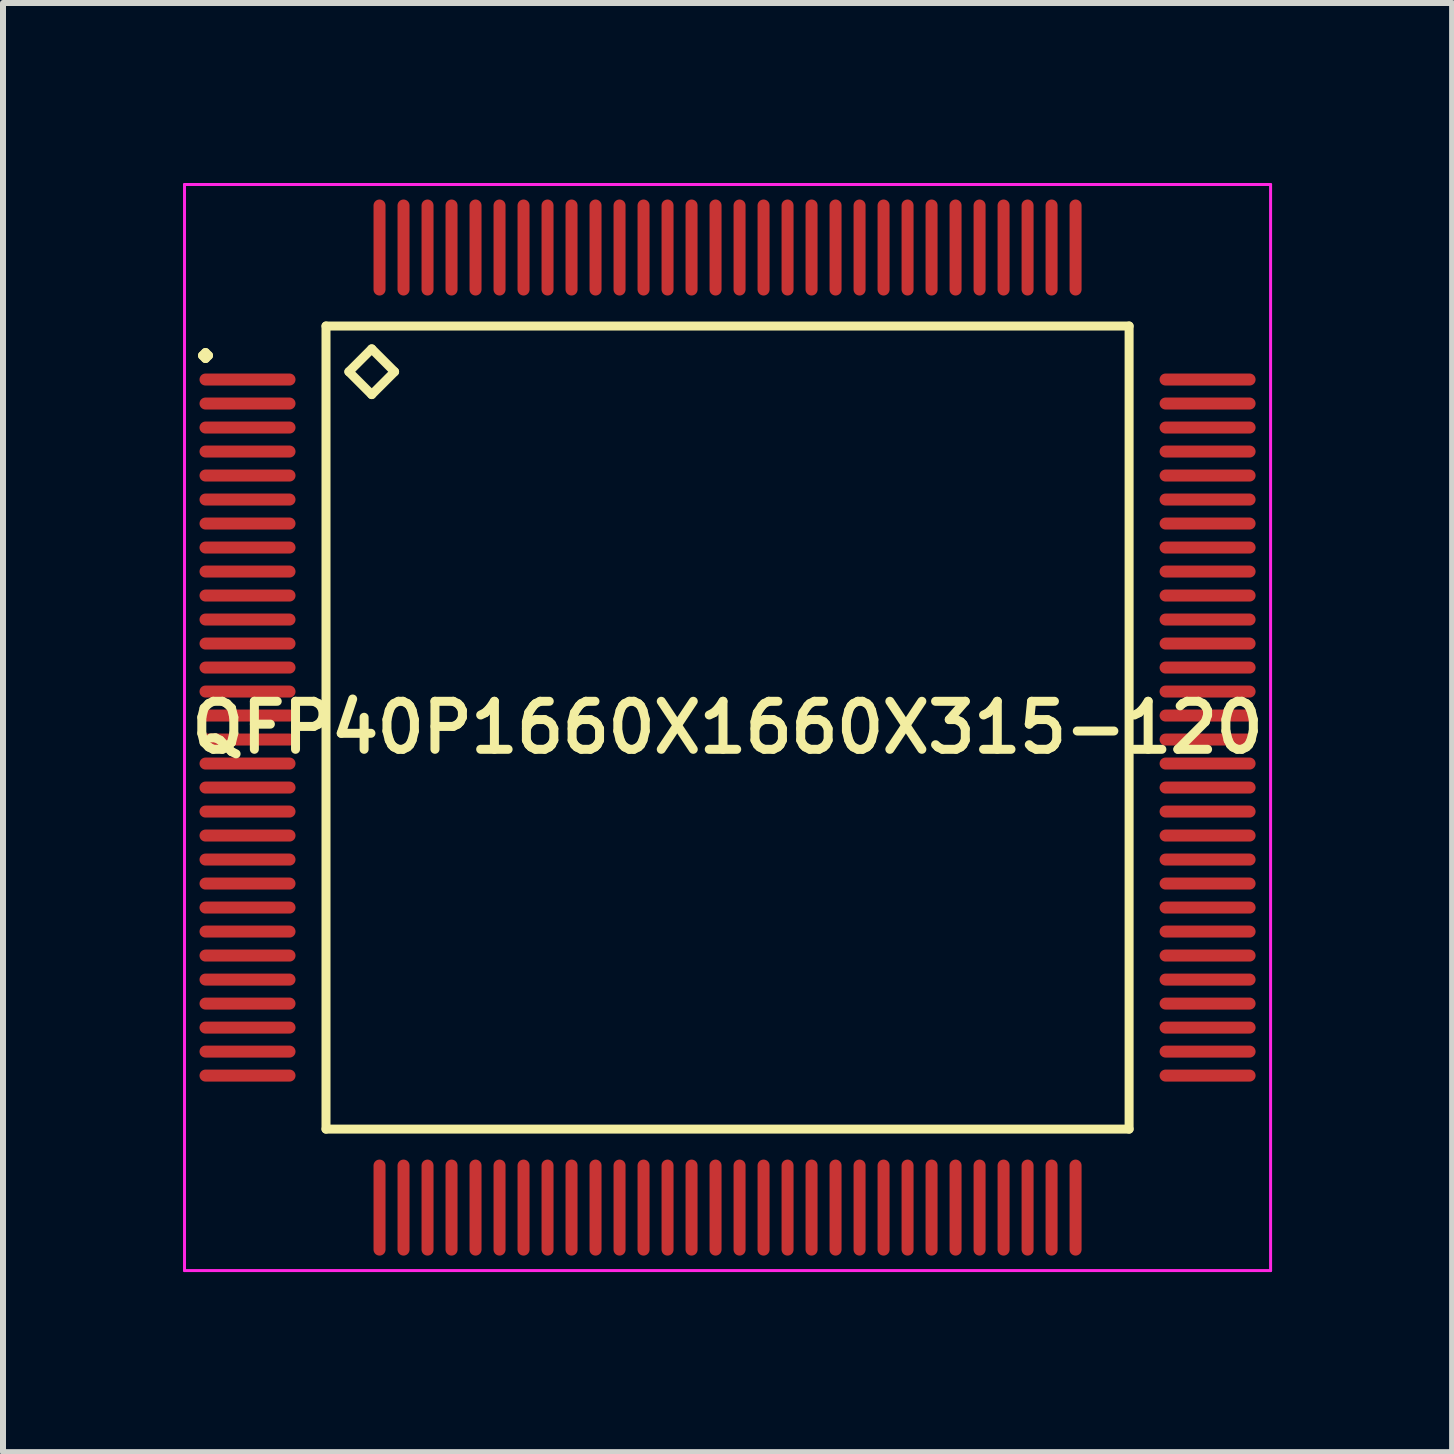
<source format=kicad_pcb>
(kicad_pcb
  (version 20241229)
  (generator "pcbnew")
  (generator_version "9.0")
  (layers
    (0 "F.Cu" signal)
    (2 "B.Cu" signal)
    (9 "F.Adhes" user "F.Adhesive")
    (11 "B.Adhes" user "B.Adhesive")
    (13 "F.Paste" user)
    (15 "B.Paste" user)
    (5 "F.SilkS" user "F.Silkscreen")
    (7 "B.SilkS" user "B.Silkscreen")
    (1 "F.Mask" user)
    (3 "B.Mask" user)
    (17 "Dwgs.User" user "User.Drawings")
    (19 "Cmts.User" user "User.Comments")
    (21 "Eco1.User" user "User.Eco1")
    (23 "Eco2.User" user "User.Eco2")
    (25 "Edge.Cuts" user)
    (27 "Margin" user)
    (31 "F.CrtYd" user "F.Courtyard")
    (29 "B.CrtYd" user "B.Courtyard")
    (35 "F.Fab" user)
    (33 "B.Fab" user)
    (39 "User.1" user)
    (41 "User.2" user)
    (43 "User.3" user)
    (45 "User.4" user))
  (footprint "QFP40P1660X1660X315-120"
    (layer "F.Cu")
    (at 9.075 9.075)
    (property "Reference" "QFP40P1660X1660X315-120" (at 0 0 0) (layer "F.SilkS") (effects (font (size 0.8 0.8) (thickness 0.15))))
    (attr smd)
    (fp_line (start -8.75 -6.2) (end -8.7 -6.25) (stroke (width 0.15) (type solid)) (layer "F.SilkS"))
    (fp_line (start -8.7 -6.25) (end -8.65 -6.2) (stroke (width 0.15) (type solid)) (layer "F.SilkS"))
    (fp_line (start -8.7 -6.15) (end -8.75 -6.2) (stroke (width 0.15) (type solid)) (layer "F.SilkS"))
    (fp_line (start -8.65 -6.2) (end -8.7 -6.15) (stroke (width 0.15) (type solid)) (layer "F.SilkS"))
    (fp_line (start -6.692 -6.692) (end -6.692 6.692) (stroke (width 0.15) (type solid)) (layer "F.SilkS"))
    (fp_line (start -6.692 6.692) (end 6.692 6.692) (stroke (width 0.15) (type solid)) (layer "F.SilkS"))
    (fp_line (start -6.311 -5.93) (end -5.93 -6.311) (stroke (width 0.15) (type solid)) (layer "F.SilkS"))
    (fp_line (start -5.93 -6.311) (end -5.549 -5.93) (stroke (width 0.15) (type solid)) (layer "F.SilkS"))
    (fp_line (start -5.93 -5.549) (end -6.311 -5.93) (stroke (width 0.15) (type solid)) (layer "F.SilkS"))
    (fp_line (start -5.549 -5.93) (end -5.93 -5.549) (stroke (width 0.15) (type solid)) (layer "F.SilkS"))
    (fp_line (start 6.692 -6.692) (end -6.692 -6.692) (stroke (width 0.15) (type solid)) (layer "F.SilkS"))
    (fp_line (start 6.692 6.692) (end 6.692 -6.692) (stroke (width 0.15) (type solid)) (layer "F.SilkS"))
    (fp_line (start -9.05 -9.05) (end 9.05 -9.05) (stroke (width 0.05) (type solid)) (layer "F.CrtYd"))
    (fp_line (start -9.05 9.05) (end -9.05 -9.05) (stroke (width 0.05) (type solid)) (layer "F.CrtYd"))
    (fp_line (start 9.05 -9.05) (end 9.05 9.05) (stroke (width 0.05) (type solid)) (layer "F.CrtYd"))
    (fp_line (start 9.05 9.05) (end -9.05 9.05) (stroke (width 0.05) (type solid)) (layer "F.CrtYd"))
    (pad "1" smd oval (at -8 -5.8) (size 1.6 0.2) (layers "F.Cu" "F.Mask" "F.Paste"))
    (pad "2" smd oval (at -8 -5.4) (size 1.6 0.2) (layers "F.Cu" "F.Mask" "F.Paste"))
    (pad "3" smd oval (at -8 -5) (size 1.6 0.2) (layers "F.Cu" "F.Mask" "F.Paste"))
    (pad "4" smd oval (at -8 -4.6) (size 1.6 0.2) (layers "F.Cu" "F.Mask" "F.Paste"))
    (pad "5" smd oval (at -8 -4.2) (size 1.6 0.2) (layers "F.Cu" "F.Mask" "F.Paste"))
    (pad "6" smd oval (at -8 -3.8) (size 1.6 0.2) (layers "F.Cu" "F.Mask" "F.Paste"))
    (pad "7" smd oval (at -8 -3.4) (size 1.6 0.2) (layers "F.Cu" "F.Mask" "F.Paste"))
    (pad "8" smd oval (at -8 -3) (size 1.6 0.2) (layers "F.Cu" "F.Mask" "F.Paste"))
    (pad "9" smd oval (at -8 -2.6) (size 1.6 0.2) (layers "F.Cu" "F.Mask" "F.Paste"))
    (pad "10" smd oval (at -8 -2.2) (size 1.6 0.2) (layers "F.Cu" "F.Mask" "F.Paste"))
    (pad "11" smd oval (at -8 -1.8) (size 1.6 0.2) (layers "F.Cu" "F.Mask" "F.Paste"))
    (pad "12" smd oval (at -8 -1.4) (size 1.6 0.2) (layers "F.Cu" "F.Mask" "F.Paste"))
    (pad "13" smd oval (at -8 -1) (size 1.6 0.2) (layers "F.Cu" "F.Mask" "F.Paste"))
    (pad "14" smd oval (at -8 -0.6) (size 1.6 0.2) (layers "F.Cu" "F.Mask" "F.Paste"))
    (pad "15" smd oval (at -8 -0.2) (size 1.6 0.2) (layers "F.Cu" "F.Mask" "F.Paste"))
    (pad "16" smd oval (at -8 0.2) (size 1.6 0.2) (layers "F.Cu" "F.Mask" "F.Paste"))
    (pad "17" smd oval (at -8 0.6) (size 1.6 0.2) (layers "F.Cu" "F.Mask" "F.Paste"))
    (pad "18" smd oval (at -8 1) (size 1.6 0.2) (layers "F.Cu" "F.Mask" "F.Paste"))
    (pad "19" smd oval (at -8 1.4) (size 1.6 0.2) (layers "F.Cu" "F.Mask" "F.Paste"))
    (pad "20" smd oval (at -8 1.8) (size 1.6 0.2) (layers "F.Cu" "F.Mask" "F.Paste"))
    (pad "21" smd oval (at -8 2.2) (size 1.6 0.2) (layers "F.Cu" "F.Mask" "F.Paste"))
    (pad "22" smd oval (at -8 2.6) (size 1.6 0.2) (layers "F.Cu" "F.Mask" "F.Paste"))
    (pad "23" smd oval (at -8 3) (size 1.6 0.2) (layers "F.Cu" "F.Mask" "F.Paste"))
    (pad "24" smd oval (at -8 3.4) (size 1.6 0.2) (layers "F.Cu" "F.Mask" "F.Paste"))
    (pad "25" smd oval (at -8 3.8) (size 1.6 0.2) (layers "F.Cu" "F.Mask" "F.Paste"))
    (pad "26" smd oval (at -8 4.2) (size 1.6 0.2) (layers "F.Cu" "F.Mask" "F.Paste"))
    (pad "27" smd oval (at -8 4.6) (size 1.6 0.2) (layers "F.Cu" "F.Mask" "F.Paste"))
    (pad "28" smd oval (at -8 5) (size 1.6 0.2) (layers "F.Cu" "F.Mask" "F.Paste"))
    (pad "29" smd oval (at -8 5.4) (size 1.6 0.2) (layers "F.Cu" "F.Mask" "F.Paste"))
    (pad "30" smd oval (at -8 5.8) (size 1.6 0.2) (layers "F.Cu" "F.Mask" "F.Paste"))
    (pad "31" smd oval (at -5.8 8) (size 0.2 1.6) (layers "F.Cu" "F.Mask" "F.Paste"))
    (pad "32" smd oval (at -5.4 8) (size 0.2 1.6) (layers "F.Cu" "F.Mask" "F.Paste"))
    (pad "33" smd oval (at -5 8) (size 0.2 1.6) (layers "F.Cu" "F.Mask" "F.Paste"))
    (pad "34" smd oval (at -4.6 8) (size 0.2 1.6) (layers "F.Cu" "F.Mask" "F.Paste"))
    (pad "35" smd oval (at -4.2 8) (size 0.2 1.6) (layers "F.Cu" "F.Mask" "F.Paste"))
    (pad "36" smd oval (at -3.8 8) (size 0.2 1.6) (layers "F.Cu" "F.Mask" "F.Paste"))
    (pad "37" smd oval (at -3.4 8) (size 0.2 1.6) (layers "F.Cu" "F.Mask" "F.Paste"))
    (pad "38" smd oval (at -3 8) (size 0.2 1.6) (layers "F.Cu" "F.Mask" "F.Paste"))
    (pad "39" smd oval (at -2.6 8) (size 0.2 1.6) (layers "F.Cu" "F.Mask" "F.Paste"))
    (pad "40" smd oval (at -2.2 8) (size 0.2 1.6) (layers "F.Cu" "F.Mask" "F.Paste"))
    (pad "41" smd oval (at -1.8 8) (size 0.2 1.6) (layers "F.Cu" "F.Mask" "F.Paste"))
    (pad "42" smd oval (at -1.4 8) (size 0.2 1.6) (layers "F.Cu" "F.Mask" "F.Paste"))
    (pad "43" smd oval (at -1 8) (size 0.2 1.6) (layers "F.Cu" "F.Mask" "F.Paste"))
    (pad "44" smd oval (at -0.6 8) (size 0.2 1.6) (layers "F.Cu" "F.Mask" "F.Paste"))
    (pad "45" smd oval (at -0.2 8) (size 0.2 1.6) (layers "F.Cu" "F.Mask" "F.Paste"))
    (pad "46" smd oval (at 0.2 8) (size 0.2 1.6) (layers "F.Cu" "F.Mask" "F.Paste"))
    (pad "47" smd oval (at 0.6 8) (size 0.2 1.6) (layers "F.Cu" "F.Mask" "F.Paste"))
    (pad "48" smd oval (at 1 8) (size 0.2 1.6) (layers "F.Cu" "F.Mask" "F.Paste"))
    (pad "49" smd oval (at 1.4 8) (size 0.2 1.6) (layers "F.Cu" "F.Mask" "F.Paste"))
    (pad "50" smd oval (at 1.8 8) (size 0.2 1.6) (layers "F.Cu" "F.Mask" "F.Paste"))
    (pad "51" smd oval (at 2.2 8) (size 0.2 1.6) (layers "F.Cu" "F.Mask" "F.Paste"))
    (pad "52" smd oval (at 2.6 8) (size 0.2 1.6) (layers "F.Cu" "F.Mask" "F.Paste"))
    (pad "53" smd oval (at 3 8) (size 0.2 1.6) (layers "F.Cu" "F.Mask" "F.Paste"))
    (pad "54" smd oval (at 3.4 8) (size 0.2 1.6) (layers "F.Cu" "F.Mask" "F.Paste"))
    (pad "55" smd oval (at 3.8 8) (size 0.2 1.6) (layers "F.Cu" "F.Mask" "F.Paste"))
    (pad "56" smd oval (at 4.2 8) (size 0.2 1.6) (layers "F.Cu" "F.Mask" "F.Paste"))
    (pad "57" smd oval (at 4.6 8) (size 0.2 1.6) (layers "F.Cu" "F.Mask" "F.Paste"))
    (pad "58" smd oval (at 5 8) (size 0.2 1.6) (layers "F.Cu" "F.Mask" "F.Paste"))
    (pad "59" smd oval (at 5.4 8) (size 0.2 1.6) (layers "F.Cu" "F.Mask" "F.Paste"))
    (pad "60" smd oval (at 5.8 8) (size 0.2 1.6) (layers "F.Cu" "F.Mask" "F.Paste"))
    (pad "61" smd oval (at 8 5.8) (size 1.6 0.2) (layers "F.Cu" "F.Mask" "F.Paste"))
    (pad "62" smd oval (at 8 5.4) (size 1.6 0.2) (layers "F.Cu" "F.Mask" "F.Paste"))
    (pad "63" smd oval (at 8 5) (size 1.6 0.2) (layers "F.Cu" "F.Mask" "F.Paste"))
    (pad "64" smd oval (at 8 4.6) (size 1.6 0.2) (layers "F.Cu" "F.Mask" "F.Paste"))
    (pad "65" smd oval (at 8 4.2) (size 1.6 0.2) (layers "F.Cu" "F.Mask" "F.Paste"))
    (pad "66" smd oval (at 8 3.8) (size 1.6 0.2) (layers "F.Cu" "F.Mask" "F.Paste"))
    (pad "67" smd oval (at 8 3.4) (size 1.6 0.2) (layers "F.Cu" "F.Mask" "F.Paste"))
    (pad "68" smd oval (at 8 3) (size 1.6 0.2) (layers "F.Cu" "F.Mask" "F.Paste"))
    (pad "69" smd oval (at 8 2.6) (size 1.6 0.2) (layers "F.Cu" "F.Mask" "F.Paste"))
    (pad "70" smd oval (at 8 2.2) (size 1.6 0.2) (layers "F.Cu" "F.Mask" "F.Paste"))
    (pad "71" smd oval (at 8 1.8) (size 1.6 0.2) (layers "F.Cu" "F.Mask" "F.Paste"))
    (pad "72" smd oval (at 8 1.4) (size 1.6 0.2) (layers "F.Cu" "F.Mask" "F.Paste"))
    (pad "73" smd oval (at 8 1) (size 1.6 0.2) (layers "F.Cu" "F.Mask" "F.Paste"))
    (pad "74" smd oval (at 8 0.6) (size 1.6 0.2) (layers "F.Cu" "F.Mask" "F.Paste"))
    (pad "75" smd oval (at 8 0.2) (size 1.6 0.2) (layers "F.Cu" "F.Mask" "F.Paste"))
    (pad "76" smd oval (at 8 -0.2) (size 1.6 0.2) (layers "F.Cu" "F.Mask" "F.Paste"))
    (pad "77" smd oval (at 8 -0.6) (size 1.6 0.2) (layers "F.Cu" "F.Mask" "F.Paste"))
    (pad "78" smd oval (at 8 -1) (size 1.6 0.2) (layers "F.Cu" "F.Mask" "F.Paste"))
    (pad "79" smd oval (at 8 -1.4) (size 1.6 0.2) (layers "F.Cu" "F.Mask" "F.Paste"))
    (pad "80" smd oval (at 8 -1.8) (size 1.6 0.2) (layers "F.Cu" "F.Mask" "F.Paste"))
    (pad "81" smd oval (at 8 -2.2) (size 1.6 0.2) (layers "F.Cu" "F.Mask" "F.Paste"))
    (pad "82" smd oval (at 8 -2.6) (size 1.6 0.2) (layers "F.Cu" "F.Mask" "F.Paste"))
    (pad "83" smd oval (at 8 -3) (size 1.6 0.2) (layers "F.Cu" "F.Mask" "F.Paste"))
    (pad "84" smd oval (at 8 -3.4) (size 1.6 0.2) (layers "F.Cu" "F.Mask" "F.Paste"))
    (pad "85" smd oval (at 8 -3.8) (size 1.6 0.2) (layers "F.Cu" "F.Mask" "F.Paste"))
    (pad "86" smd oval (at 8 -4.2) (size 1.6 0.2) (layers "F.Cu" "F.Mask" "F.Paste"))
    (pad "87" smd oval (at 8 -4.6) (size 1.6 0.2) (layers "F.Cu" "F.Mask" "F.Paste"))
    (pad "88" smd oval (at 8 -5) (size 1.6 0.2) (layers "F.Cu" "F.Mask" "F.Paste"))
    (pad "89" smd oval (at 8 -5.4) (size 1.6 0.2) (layers "F.Cu" "F.Mask" "F.Paste"))
    (pad "90" smd oval (at 8 -5.8) (size 1.6 0.2) (layers "F.Cu" "F.Mask" "F.Paste"))
    (pad "91" smd oval (at 5.8 -8) (size 0.2 1.6) (layers "F.Cu" "F.Mask" "F.Paste"))
    (pad "92" smd oval (at 5.4 -8) (size 0.2 1.6) (layers "F.Cu" "F.Mask" "F.Paste"))
    (pad "93" smd oval (at 5 -8) (size 0.2 1.6) (layers "F.Cu" "F.Mask" "F.Paste"))
    (pad "94" smd oval (at 4.6 -8) (size 0.2 1.6) (layers "F.Cu" "F.Mask" "F.Paste"))
    (pad "95" smd oval (at 4.2 -8) (size 0.2 1.6) (layers "F.Cu" "F.Mask" "F.Paste"))
    (pad "96" smd oval (at 3.8 -8) (size 0.2 1.6) (layers "F.Cu" "F.Mask" "F.Paste"))
    (pad "97" smd oval (at 3.4 -8) (size 0.2 1.6) (layers "F.Cu" "F.Mask" "F.Paste"))
    (pad "98" smd oval (at 3 -8) (size 0.2 1.6) (layers "F.Cu" "F.Mask" "F.Paste"))
    (pad "99" smd oval (at 2.6 -8) (size 0.2 1.6) (layers "F.Cu" "F.Mask" "F.Paste"))
    (pad "100" smd oval (at 2.2 -8) (size 0.2 1.6) (layers "F.Cu" "F.Mask" "F.Paste"))
    (pad "101" smd oval (at 1.8 -8) (size 0.2 1.6) (layers "F.Cu" "F.Mask" "F.Paste"))
    (pad "102" smd oval (at 1.4 -8) (size 0.2 1.6) (layers "F.Cu" "F.Mask" "F.Paste"))
    (pad "103" smd oval (at 1 -8) (size 0.2 1.6) (layers "F.Cu" "F.Mask" "F.Paste"))
    (pad "104" smd oval (at 0.6 -8) (size 0.2 1.6) (layers "F.Cu" "F.Mask" "F.Paste"))
    (pad "105" smd oval (at 0.2 -8) (size 0.2 1.6) (layers "F.Cu" "F.Mask" "F.Paste"))
    (pad "106" smd oval (at -0.2 -8) (size 0.2 1.6) (layers "F.Cu" "F.Mask" "F.Paste"))
    (pad "107" smd oval (at -0.6 -8) (size 0.2 1.6) (layers "F.Cu" "F.Mask" "F.Paste"))
    (pad "108" smd oval (at -1 -8) (size 0.2 1.6) (layers "F.Cu" "F.Mask" "F.Paste"))
    (pad "109" smd oval (at -1.4 -8) (size 0.2 1.6) (layers "F.Cu" "F.Mask" "F.Paste"))
    (pad "110" smd oval (at -1.8 -8) (size 0.2 1.6) (layers "F.Cu" "F.Mask" "F.Paste"))
    (pad "111" smd oval (at -2.2 -8) (size 0.2 1.6) (layers "F.Cu" "F.Mask" "F.Paste"))
    (pad "112" smd oval (at -2.6 -8) (size 0.2 1.6) (layers "F.Cu" "F.Mask" "F.Paste"))
    (pad "113" smd oval (at -3 -8) (size 0.2 1.6) (layers "F.Cu" "F.Mask" "F.Paste"))
    (pad "114" smd oval (at -3.4 -8) (size 0.2 1.6) (layers "F.Cu" "F.Mask" "F.Paste"))
    (pad "115" smd oval (at -3.8 -8) (size 0.2 1.6) (layers "F.Cu" "F.Mask" "F.Paste"))
    (pad "116" smd oval (at -4.2 -8) (size 0.2 1.6) (layers "F.Cu" "F.Mask" "F.Paste"))
    (pad "117" smd oval (at -4.6 -8) (size 0.2 1.6) (layers "F.Cu" "F.Mask" "F.Paste"))
    (pad "118" smd oval (at -5 -8) (size 0.2 1.6) (layers "F.Cu" "F.Mask" "F.Paste"))
    (pad "119" smd oval (at -5.4 -8) (size 0.2 1.6) (layers "F.Cu" "F.Mask" "F.Paste"))
    (pad "120" smd oval (at -5.8 -8) (size 0.2 1.6) (layers "F.Cu" "F.Mask" "F.Paste")))
  (gr_rect
    (start -3 -3)
    (end 21.15 21.15)
    (stroke (width 0.1) (type default))
    (fill no)
    (layer "Edge.Cuts")))
</source>
